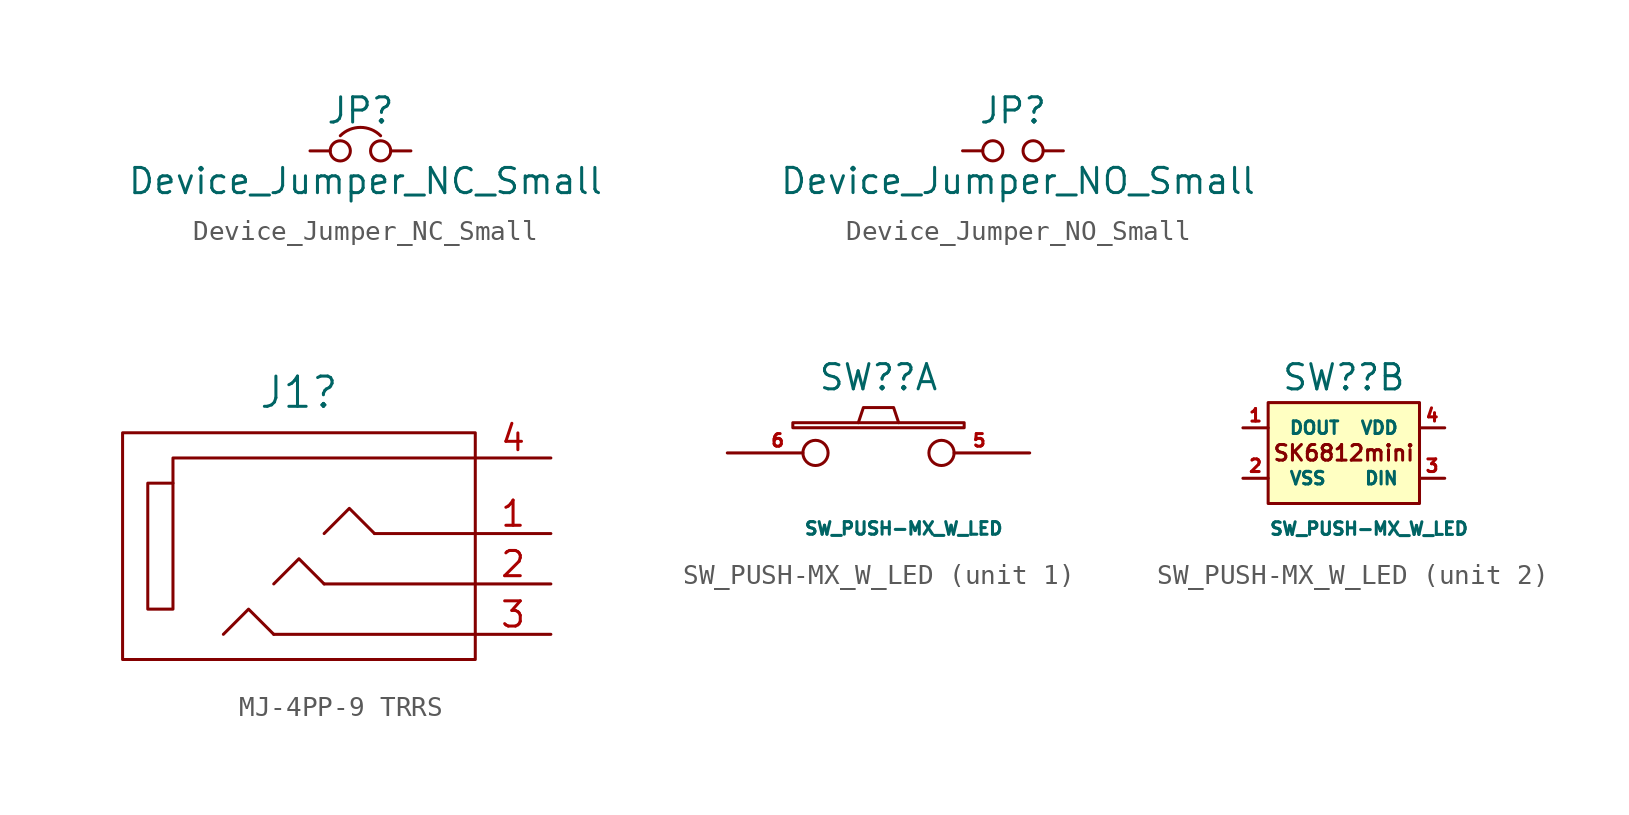
<source format=kicad_sym>
(kicad_symbol_lib
  (version 20211014)
  (generator kicad_symbol_editor)
  (symbol "Device_Jumper_NC_Small"
    (pin_numbers hide)
    (pin_names
      (offset 0.762) hide)
    (property "Reference" "JP"
      (at 0 2.032 0)
      (effects (font (size 1.27 1.27))))
    (property "Value" "Device_Jumper_NC_Small"
      (at 0.254 -1.524 0)
      (effects (font (size 1.27 1.27))))
    (symbol "Device_Jumper_NC_Small_0_1"
      (circle (center -1.016 0) (radius 0.508) (stroke (width 0) (type default) (color 0 0 0 0)) (fill (type none)))
      (circle (center 1.016 0) (radius 0.508) (stroke (width 0) (type default) (color 0 0 0 0)) (fill (type none)))
      (arc (start 1.016 0.762) (mid 0 1.1828) (end -1.016 0.762) (stroke (width 0) (type default) (color 0 0 0 0)) (fill (type none)))
      (pin passive line (at -2.54 0 0) (length 1.016) (name "1" (effects (font (size 1.27 1.27)))) (number "1" (effects (font (size 1.27 1.27)))))
      (pin passive line (at 2.54 0 180) (length 1.016) (name "2" (effects (font (size 1.27 1.27)))) (number "2" (effects (font (size 1.27 1.27)))))))
  (symbol "Device_Jumper_NO_Small"
    (pin_numbers hide)
    (pin_names
      (offset 0.762) hide)
    (property "Reference" "JP"
      (at 0 2.032 0)
      (effects (font (size 1.27 1.27))))
    (property "Value" "Device_Jumper_NO_Small"
      (at 0.254 -1.524 0)
      (effects (font (size 1.27 1.27))))
    (symbol "Device_Jumper_NO_Small_0_1"
      (circle (center -1.016 0) (radius 0.508) (stroke (width 0) (type default) (color 0 0 0 0)) (fill (type none)))
      (circle (center 1.016 0) (radius 0.508) (stroke (width 0) (type default) (color 0 0 0 0)) (fill (type none)))
      (pin passive line (at -2.54 0 0) (length 1.016) (name "1" (effects (font (size 1.27 1.27)))) (number "1" (effects (font (size 1.27 1.27)))))
      (pin passive line (at 2.54 0 180) (length 1.016) (name "2" (effects (font (size 1.27 1.27)))) (number "2" (effects (font (size 1.27 1.27)))))))
  (symbol "MJ-4PP-9 TRRS"
    (pin_names
      (offset 1.016))
    (property "Reference" "J1"
      (at -1.27 7.112 0)
      (effects (font (size 1.524 1.524))))
    (property "Datasheet" ""
      (at 0 0 0)
      (effects (font (size 1.524 1.524))))
    (symbol "MJ-4PP-9 TRRS_0_1"
      (rectangle (start -7.62 2.54) (end -8.89 -3.81) (stroke (width 0) (type default) (color 0 0 0 0)) (fill (type none)))
      (polyline (pts (xy 2.54 0) (xy 7.62 0)) (stroke (width 0) (type default) (color 0 0 0 0)) (fill (type none)))
      (polyline (pts (xy -2.54 -5.08) (xy 7.62 -5.08) (xy 7.62 -5.08)) (stroke (width 0) (type default) (color 0 0 0 0)) (fill (type none)))
      (polyline (pts (xy 0 -2.54) (xy -1.27 -1.27) (xy -2.54 -2.54)) (stroke (width 0) (type default) (color 0 0 0 0)) (fill (type none)))
      (polyline (pts (xy 0 0) (xy 1.27 1.27) (xy 2.54 0)) (stroke (width 0) (type default) (color 0 0 0 0)) (fill (type none)))
      (polyline (pts (xy 7.62 3.81) (xy -7.62 3.81) (xy -7.62 2.54)) (stroke (width 0) (type default) (color 0 0 0 0)) (fill (type none)))
      (polyline (pts (xy -2.54 -5.08) (xy -3.81 -3.81) (xy -5.08 -5.08) (xy -5.08 -5.08)) (stroke (width 0) (type default) (color 0 0 0 0)) (fill (type none)))
      (polyline (pts (xy 0 -2.54) (xy 7.62 -2.54) (xy 7.62 -2.54) (xy 7.62 -2.54)) (stroke (width 0) (type default) (color 0 0 0 0)) (fill (type none)))
      (rectangle (start 7.62 -6.35) (end -10.16 5.08) (stroke (width 0) (type default) (color 0 0 0 0)) (fill (type none))))
    (symbol "MJ-4PP-9 TRRS_1_1"
      (pin passive line (at 11.43 0 180) (length 3.81) (name "~" (effects (font (size 1.27 1.27)))) (number "1" (effects (font (size 1.27 1.27)))))
      (pin passive line (at 11.43 -2.54 180) (length 3.81) (name "~" (effects (font (size 1.27 1.27)))) (number "2" (effects (font (size 1.27 1.27)))))
      (pin passive line (at 11.43 -5.08 180) (length 3.81) (name "~" (effects (font (size 1.27 1.27)))) (number "3" (effects (font (size 1.27 1.27)))))
      (pin passive line (at 11.43 3.81 180) (length 3.81) (name "~" (effects (font (size 1.27 1.27)))) (number "4" (effects (font (size 1.27 1.27)))))))
  (symbol "SW_PUSH-MX_W_LED"
    (pin_names
      (offset 1.016))
    (property "Reference" "SW?"
      (at 0 3.81 0)
      (effects (font (size 1.27 1.27))))
    (property "Value" "SW_PUSH-MX_W_LED"
      (at 1.27 -3.81 0)
      (effects (font (size 0.635 0.635))))
    (property "ki_locked" ""
      (at 0 0 0)
      (effects (font (size 1.27 1.27))))
    (symbol "SW_PUSH-MX_W_LED_1_1"
      (rectangle (start -4.318 1.27) (end 4.318 1.524) (stroke (width 0) (type default) (color 0 0 0 0)) (fill (type none)))
      (polyline (pts (xy -1.016 1.524) (xy -0.762 2.286) (xy 0.762 2.286) (xy 1.016 1.524)) (stroke (width 0) (type default) (color 0 0 0 0)) (fill (type none)))
      (pin passive inverted (at 7.62 0 180) (length 5.08) (name "~" (effects (font (size 0.61 0.61)))) (number "5" (effects (font (size 0.635 0.635)))))
      (pin passive inverted (at -7.62 0 0) (length 5.08) (name "~" (effects (font (size 0.61 0.61)))) (number "6" (effects (font (size 0.635 0.635))))))
    (symbol "SW_PUSH-MX_W_LED_2_0"
      (text "SK6812mini" (at 0 0 0) (effects (font (size 0.787 0.787)))))
    (symbol "SW_PUSH-MX_W_LED_2_1"
      (rectangle (start 3.81 -2.54) (end -3.81 2.54) (stroke (width 0) (type default) (color 0 0 0 0)) (fill (type background)))
      (pin output line (at -5.08 1.27 0) (length 1.27) (name "DOUT" (effects (font (size 0.635 0.635)))) (number "1" (effects (font (size 0.635 0.635)))))
      (pin power_in line (at -5.08 -1.27 0) (length 1.27) (name "VSS" (effects (font (size 0.635 0.635)))) (number "2" (effects (font (size 0.635 0.635)))))
      (pin input line (at 5.08 -1.27 180) (length 1.27) (name "DIN" (effects (font (size 0.635 0.635)))) (number "3" (effects (font (size 0.635 0.635)))))
      (pin power_in line (at 5.08 1.27 180) (length 1.27) (name "VDD" (effects (font (size 0.635 0.635)))) (number "4" (effects (font (size 0.635 0.635))))))))
</source>
